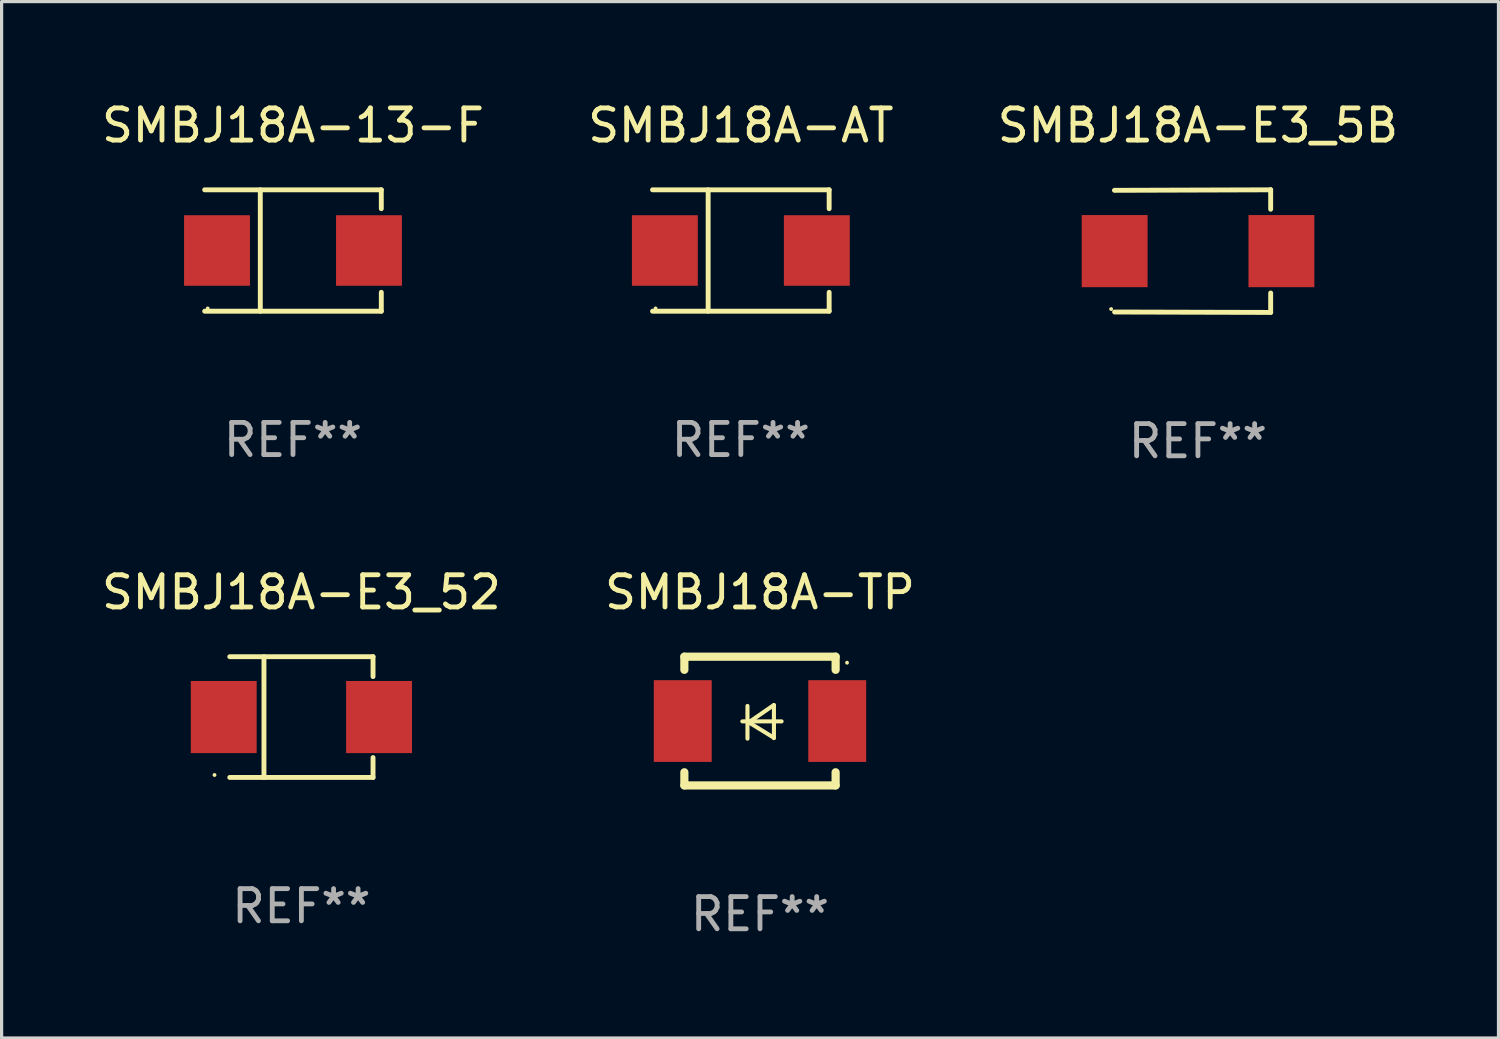
<source format=kicad_pcb>
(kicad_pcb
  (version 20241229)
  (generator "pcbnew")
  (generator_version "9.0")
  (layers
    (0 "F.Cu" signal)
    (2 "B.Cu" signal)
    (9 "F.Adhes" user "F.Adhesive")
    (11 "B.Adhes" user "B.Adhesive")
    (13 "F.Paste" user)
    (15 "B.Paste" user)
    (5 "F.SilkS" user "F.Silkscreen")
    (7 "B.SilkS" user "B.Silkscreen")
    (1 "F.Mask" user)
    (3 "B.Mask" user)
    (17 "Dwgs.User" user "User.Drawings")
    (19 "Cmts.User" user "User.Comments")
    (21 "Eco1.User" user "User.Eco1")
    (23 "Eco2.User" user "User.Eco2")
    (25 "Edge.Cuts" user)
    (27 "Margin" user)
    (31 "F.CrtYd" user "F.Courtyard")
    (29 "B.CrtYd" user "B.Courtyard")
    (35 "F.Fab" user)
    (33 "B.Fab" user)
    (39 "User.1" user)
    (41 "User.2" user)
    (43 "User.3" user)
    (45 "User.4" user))
  (footprint "SMBJ18A-E3_5B"
    (layer "F.Cu")
    (at 34.173 4.753)
    (property "Reference" "SMBJ18A-E3_5B" (at 0 -3.905 0) (layer "F.SilkS") (effects (font (size 1 1) (thickness 0.15))))
    (attr through_hole)
    (fp_line (start 2.256 -1.905) (end -2.594 -1.889) (stroke (width 0.152) (type solid)) (layer "F.SilkS"))
    (fp_line (start 2.256 -1.905) (end 2.26 -1.905) (stroke (width 0.152) (type solid)) (layer "F.SilkS"))
    (fp_line (start 2.26 -1.905) (end 2.26 -1.301) (stroke (width 0.152) (type solid)) (layer "F.SilkS"))
    (fp_line (start 2.26 1.301) (end 2.26 1.905) (stroke (width 0.152) (type solid)) (layer "F.SilkS"))
    (fp_line (start 2.26 1.905) (end -2.59 1.892) (stroke (width 0.152) (type solid)) (layer "F.SilkS"))
    (fp_circle (center -2.697 1.8) (end -2.667 1.8) (stroke (width 0.06) (type solid)) (fill no) (layer "F.SilkS"))
    (fp_text user "REF**" (at 0 5.905 0) (layer "F.Fab") (effects (font (size 1 1) (thickness 0.15))))
    (pad "1" smd rect (at -2.588 0) (size 2.047 2.241) (layers "F.Cu" "F.Mask" "F.Paste"))
    (pad "2" smd rect (at 2.594 0) (size 2.047 2.241) (layers "F.Cu" "F.Mask" "F.Paste")))
  (footprint "SMBJ18A-TP"
    (layer "F.Cu")
    (at 20.565 19.355)
    (property "Reference" "SMBJ18A-TP" (at 0 -4 0) (layer "F.SilkS") (effects (font (size 1 1) (thickness 0.15))))
    (attr through_hole)
    (fp_line (start -2.35 -2) (end -2.35 -1.591) (stroke (width 0.254) (type solid)) (layer "F.SilkS"))
    (fp_line (start -2.35 -2) (end 2.35 -2) (stroke (width 0.254) (type solid)) (layer "F.SilkS"))
    (fp_line (start -2.35 1.591) (end -2.35 2) (stroke (width 0.254) (type solid)) (layer "F.SilkS"))
    (fp_line (start -2.35 2) (end 2.35 2) (stroke (width 0.254) (type solid)) (layer "F.SilkS"))
    (fp_line (start -0.548 0.01) (end 0.671 0.01) (stroke (width 0.127) (type solid)) (layer "F.SilkS"))
    (fp_line (start -0.389 -0.47) (end -0.389 0.546) (stroke (width 0.127) (type solid)) (layer "F.SilkS"))
    (fp_line (start -0.35 0.04) (end 0.433 0.52) (stroke (width 0.127) (type solid)) (layer "F.SilkS"))
    (fp_line (start 0.433 -0.5) (end -0.35 0.04) (stroke (width 0.127) (type solid)) (layer "F.SilkS"))
    (fp_line (start 0.433 0.53) (end 0.433 -0.486) (stroke (width 0.127) (type solid)) (layer "F.SilkS"))
    (fp_line (start 2.35 -2) (end 2.35 -1.591) (stroke (width 0.254) (type solid)) (layer "F.SilkS"))
    (fp_line (start 2.35 1.591) (end 2.35 2) (stroke (width 0.254) (type solid)) (layer "F.SilkS"))
    (fp_circle (center 2.704 -1.813) (end 2.734 -1.813) (stroke (width 0.06) (type solid)) (fill no) (layer "F.SilkS"))
    (fp_text user "REF**" (at 0 6 0) (layer "F.Fab") (effects (font (size 1 1) (thickness 0.15))))
    (pad "1" smd rect (at 2.4 0) (size 1.8 2.54) (layers "F.Cu" "F.Mask" "F.Paste"))
    (pad "2" smd rect (at -2.4 0) (size 1.8 2.54) (layers "F.Cu" "F.Mask" "F.Paste")))
  (footprint "SMBJ18A-13-F"
    (layer "F.Cu")
    (at 6.054 4.734)
    (property "Reference" "SMBJ18A-13-F" (at 0 -3.886 0) (layer "F.SilkS") (effects (font (size 1 1) (thickness 0.15))))
    (attr through_hole)
    (fp_line (start -2.744 -1.886) (end 2.744 -1.886) (stroke (width 0.152) (type solid)) (layer "F.SilkS"))
    (fp_line (start -2.744 1.886) (end 2.744 1.886) (stroke (width 0.152) (type solid)) (layer "F.SilkS"))
    (fp_line (start -1.016 -1.886) (end -1.016 1.886) (stroke (width 0.152) (type solid)) (layer "F.SilkS"))
    (fp_line (start 2.744 -1.886) (end 2.744 -1.299) (stroke (width 0.152) (type solid)) (layer "F.SilkS"))
    (fp_line (start 2.744 1.886) (end 2.744 1.299) (stroke (width 0.152) (type solid)) (layer "F.SilkS"))
    (fp_circle (center -2.65 1.8) (end -2.62 1.8) (stroke (width 0.06) (type solid)) (fill no) (layer "F.SilkS"))
    (fp_text user "REF**" (at 0 5.886 0) (layer "F.Fab") (effects (font (size 1 1) (thickness 0.15))))
    (pad "1" smd rect (at -2.361 0) (size 2.047 2.192) (layers "F.Cu" "F.Mask" "F.Paste"))
    (pad "2" smd rect (at 2.361 0) (size 2.047 2.192) (layers "F.Cu" "F.Mask" "F.Paste")))
  (footprint "SMBJ18A-AT"
    (layer "F.Cu")
    (at 19.97 4.734)
    (property "Reference" "SMBJ18A-AT" (at 0 -3.886 0) (layer "F.SilkS") (effects (font (size 1 1) (thickness 0.15))))
    (attr through_hole)
    (fp_line (start -2.744 -1.886) (end 2.744 -1.886) (stroke (width 0.152) (type solid)) (layer "F.SilkS"))
    (fp_line (start -2.744 1.886) (end 2.744 1.886) (stroke (width 0.152) (type solid)) (layer "F.SilkS"))
    (fp_line (start -1.016 -1.886) (end -1.016 1.886) (stroke (width 0.152) (type solid)) (layer "F.SilkS"))
    (fp_line (start 2.744 -1.886) (end 2.744 -1.299) (stroke (width 0.152) (type solid)) (layer "F.SilkS"))
    (fp_line (start 2.744 1.886) (end 2.744 1.299) (stroke (width 0.152) (type solid)) (layer "F.SilkS"))
    (fp_circle (center -2.65 1.8) (end -2.62 1.8) (stroke (width 0.06) (type solid)) (fill no) (layer "F.SilkS"))
    (fp_text user "REF**" (at 0 5.886 0) (layer "F.Fab") (effects (font (size 1 1) (thickness 0.15))))
    (pad "1" smd rect (at -2.361 0) (size 2.047 2.192) (layers "F.Cu" "F.Mask" "F.Paste"))
    (pad "2" smd rect (at 2.361 0) (size 2.047 2.192) (layers "F.Cu" "F.Mask" "F.Paste")))
  (footprint "SMBJ18A-E3_52"
    (layer "F.Cu")
    (at 6.315 19.231)
    (property "Reference" "SMBJ18A-E3_52" (at 0 -3.876 0) (layer "F.SilkS") (effects (font (size 1 1) (thickness 0.15))))
    (attr through_hole)
    (fp_line (start -2.226 -1.876) (end 2.226 -1.876) (stroke (width 0.152) (type solid)) (layer "F.SilkS"))
    (fp_line (start -2.226 1.876) (end 2.226 1.876) (stroke (width 0.152) (type solid)) (layer "F.SilkS"))
    (fp_line (start -1.163 -1.876) (end -1.163 1.876) (stroke (width 0.152) (type solid)) (layer "F.SilkS"))
    (fp_line (start 2.226 -1.876) (end 2.226 -1.258) (stroke (width 0.152) (type solid)) (layer "F.SilkS"))
    (fp_line (start 2.226 1.876) (end 2.226 1.258) (stroke (width 0.152) (type solid)) (layer "F.SilkS"))
    (fp_circle (center -2.7 1.8) (end -2.67 1.8) (stroke (width 0.06) (type solid)) (fill no) (layer "F.SilkS"))
    (fp_text user "REF**" (at 0 5.876 0) (layer "F.Fab") (effects (font (size 1 1) (thickness 0.15))))
    (pad "1" smd rect (at -2.413 0) (size 2.047 2.241) (layers "F.Cu" "F.Mask" "F.Paste"))
    (pad "2" smd rect (at 2.413 0) (size 2.047 2.241) (layers "F.Cu" "F.Mask" "F.Paste")))
  (gr_rect
    (start -3 -3)
    (end 43.512 29.203)
    (stroke (width 0.1) (type default))
    (fill no)
    (layer "Edge.Cuts")))
</source>
